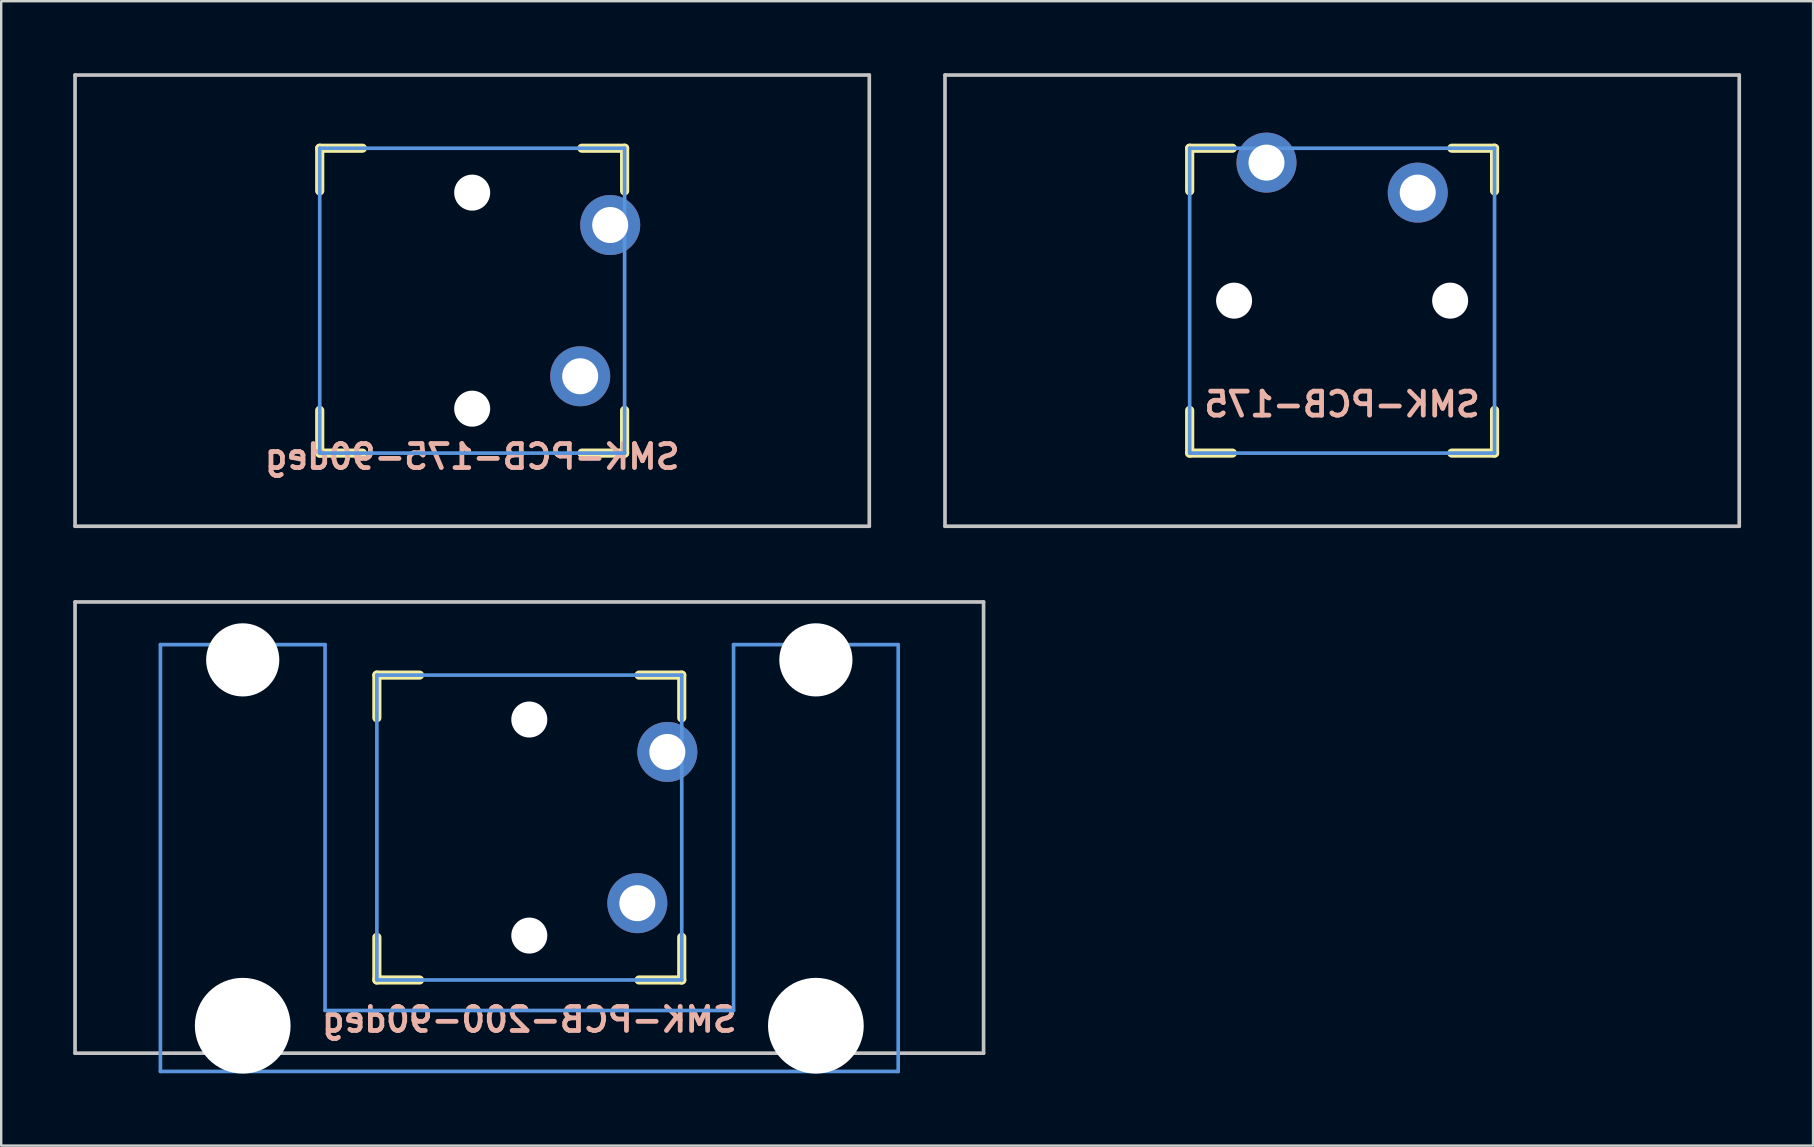
<source format=kicad_pcb>
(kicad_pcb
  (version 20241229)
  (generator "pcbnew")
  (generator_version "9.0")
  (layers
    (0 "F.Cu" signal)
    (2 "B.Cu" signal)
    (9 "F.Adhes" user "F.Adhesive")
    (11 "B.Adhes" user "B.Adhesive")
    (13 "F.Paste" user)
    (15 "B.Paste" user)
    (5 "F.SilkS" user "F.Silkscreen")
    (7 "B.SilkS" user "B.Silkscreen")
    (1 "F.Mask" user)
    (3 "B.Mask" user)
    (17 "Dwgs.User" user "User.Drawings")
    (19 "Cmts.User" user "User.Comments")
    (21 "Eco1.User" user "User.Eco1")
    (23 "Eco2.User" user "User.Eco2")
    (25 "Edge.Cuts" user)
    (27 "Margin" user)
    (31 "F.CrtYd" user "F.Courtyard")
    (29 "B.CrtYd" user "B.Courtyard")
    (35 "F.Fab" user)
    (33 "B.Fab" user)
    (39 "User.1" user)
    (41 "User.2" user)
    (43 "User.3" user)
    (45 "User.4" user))
  (footprint "SMK-PCB-175"
    (layer "F.Cu")
    (at 52.858 9.474)
    (property "Reference" "SMK-PCB-175" (at 0 4.318 0) (layer "B.SilkS") (effects (font (size 1 1) (thickness 0.2)) (justify mirror)))
    (attr through_hole)
    (fp_line (start -6.35 -6.35) (end -4.572 -6.35) (stroke (width 0.381) (type solid)) (layer "F.SilkS"))
    (fp_line (start -6.35 -4.572) (end -6.35 -6.35) (stroke (width 0.381) (type solid)) (layer "F.SilkS"))
    (fp_line (start -6.35 6.35) (end -6.35 4.572) (stroke (width 0.381) (type solid)) (layer "F.SilkS"))
    (fp_line (start -4.572 6.35) (end -6.35 6.35) (stroke (width 0.381) (type solid)) (layer "F.SilkS"))
    (fp_line (start 4.572 -6.35) (end 6.35 -6.35) (stroke (width 0.381) (type solid)) (layer "F.SilkS"))
    (fp_line (start 6.35 -6.35) (end 6.35 -4.572) (stroke (width 0.381) (type solid)) (layer "F.SilkS"))
    (fp_line (start 6.35 4.572) (end 6.35 6.35) (stroke (width 0.381) (type solid)) (layer "F.SilkS"))
    (fp_line (start 6.35 6.35) (end 4.572 6.35) (stroke (width 0.381) (type solid)) (layer "F.SilkS"))
    (fp_line (start -16.543 -9.398) (end 16.543 -9.398) (stroke (width 0.152) (type solid)) (layer "Dwgs.User"))
    (fp_line (start -16.543 9.398) (end -16.543 -9.398) (stroke (width 0.152) (type solid)) (layer "Dwgs.User"))
    (fp_line (start 16.543 -9.398) (end 16.543 9.398) (stroke (width 0.152) (type solid)) (layer "Dwgs.User"))
    (fp_line (start 16.543 9.398) (end -16.543 9.398) (stroke (width 0.152) (type solid)) (layer "Dwgs.User"))
    (fp_line (start -6.35 -6.35) (end 6.35 -6.35) (stroke (width 0.152) (type solid)) (layer "Cmts.User"))
    (fp_line (start -6.35 6.35) (end -6.35 -6.35) (stroke (width 0.152) (type solid)) (layer "Cmts.User"))
    (fp_line (start 6.35 -6.35) (end 6.35 6.35) (stroke (width 0.152) (type solid)) (layer "Cmts.User"))
    (fp_line (start 6.35 6.35) (end -6.35 6.35) (stroke (width 0.152) (type solid)) (layer "Cmts.User"))
    (fp_line (start -7.75 -6.4) (end -6.985 -6.4) (stroke (width 0.152) (type solid)) (layer "Eco2.User"))
    (fp_line (start -7.75 6.4) (end -7.75 -6.4) (stroke (width 0.152) (type solid)) (layer "Eco2.User"))
    (fp_line (start -7.75 6.4) (end -6.985 6.4) (stroke (width 0.152) (type solid)) (layer "Eco2.User"))
    (fp_line (start -6.985 -6.985) (end 6.985 -6.985) (stroke (width 0.152) (type solid)) (layer "Eco2.User"))
    (fp_line (start -6.985 -6.4) (end -6.985 -6.985) (stroke (width 0.152) (type solid)) (layer "Eco2.User"))
    (fp_line (start -6.985 6.4) (end -6.985 6.985) (stroke (width 0.152) (type solid)) (layer "Eco2.User"))
    (fp_line (start 6.985 -6.4) (end 6.985 -6.985) (stroke (width 0.152) (type solid)) (layer "Eco2.User"))
    (fp_line (start 6.985 6.4) (end 7.75 6.4) (stroke (width 0.152) (type solid)) (layer "Eco2.User"))
    (fp_line (start 6.985 6.985) (end -6.985 6.985) (stroke (width 0.152) (type solid)) (layer "Eco2.User"))
    (fp_line (start 6.985 6.985) (end 6.985 6.4) (stroke (width 0.152) (type solid)) (layer "Eco2.User"))
    (fp_line (start 7.75 -6.4) (end 6.985 -6.4) (stroke (width 0.152) (type solid)) (layer "Eco2.User"))
    (fp_line (start 7.75 6.4) (end 7.75 -6.4) (stroke (width 0.152) (type solid)) (layer "Eco2.User"))
    (pad "" np_thru_hole circle (at -4.5 0) (size 1.5 1.5) (drill 1.5) (layers "*.Cu" "*.Mask"))
    (pad "" np_thru_hole circle (at 4.5 0) (size 1.5 1.5) (drill 1.5) (layers "*.Cu" "*.Mask"))
    (pad "1" thru_hole circle (at -3.15 -5.75) (size 2.5 2.5) (drill 1.5) (layers "*.Cu" "*.Mask"))
    (pad "2" thru_hole circle (at 3.15 -4.5) (size 2.5 2.5) (drill 1.5) (layers "*.Cu" "*.Mask")))
  (footprint "SMK-PCB-200-90deg"
    (layer "F.Cu")
    (at 18.999 31.423)
    (property "Reference" "SMK-PCB-200-90deg" (at 0 8 0) (layer "B.SilkS") (effects (font (size 1 1) (thickness 0.2)) (justify mirror)))
    (attr through_hole)
    (fp_line (start -6.35 -6.35) (end -4.572 -6.35) (stroke (width 0.381) (type solid)) (layer "F.SilkS"))
    (fp_line (start -6.35 -4.572) (end -6.35 -6.35) (stroke (width 0.381) (type solid)) (layer "F.SilkS"))
    (fp_line (start -6.35 6.35) (end -6.35 4.572) (stroke (width 0.381) (type solid)) (layer "F.SilkS"))
    (fp_line (start -4.572 6.35) (end -6.35 6.35) (stroke (width 0.381) (type solid)) (layer "F.SilkS"))
    (fp_line (start 4.572 -6.35) (end 6.35 -6.35) (stroke (width 0.381) (type solid)) (layer "F.SilkS"))
    (fp_line (start 6.35 -6.35) (end 6.35 -4.572) (stroke (width 0.381) (type solid)) (layer "F.SilkS"))
    (fp_line (start 6.35 4.572) (end 6.35 6.35) (stroke (width 0.381) (type solid)) (layer "F.SilkS"))
    (fp_line (start 6.35 6.35) (end 4.572 6.35) (stroke (width 0.381) (type solid)) (layer "F.SilkS"))
    (fp_line (start -18.923 -9.398) (end 18.923 -9.398) (stroke (width 0.152) (type solid)) (layer "Dwgs.User"))
    (fp_line (start -18.923 9.398) (end -18.923 -9.398) (stroke (width 0.152) (type solid)) (layer "Dwgs.User"))
    (fp_line (start 18.923 -9.398) (end 18.923 9.398) (stroke (width 0.152) (type solid)) (layer "Dwgs.User"))
    (fp_line (start 18.923 9.398) (end -18.923 9.398) (stroke (width 0.152) (type solid)) (layer "Dwgs.User"))
    (fp_line (start -15.367 -7.62) (end -15.367 10.16) (stroke (width 0.152) (type solid)) (layer "Cmts.User"))
    (fp_line (start -15.367 10.16) (end 15.367 10.16) (stroke (width 0.152) (type solid)) (layer "Cmts.User"))
    (fp_line (start -8.509 -7.62) (end -15.367 -7.62) (stroke (width 0.152) (type solid)) (layer "Cmts.User"))
    (fp_line (start -8.509 7.62) (end -8.509 -7.62) (stroke (width 0.152) (type solid)) (layer "Cmts.User"))
    (fp_line (start -6.35 -6.35) (end 6.35 -6.35) (stroke (width 0.152) (type solid)) (layer "Cmts.User"))
    (fp_line (start -6.35 6.35) (end -6.35 -6.35) (stroke (width 0.152) (type solid)) (layer "Cmts.User"))
    (fp_line (start 6.35 -6.35) (end 6.35 6.35) (stroke (width 0.152) (type solid)) (layer "Cmts.User"))
    (fp_line (start 6.35 6.35) (end -6.35 6.35) (stroke (width 0.152) (type solid)) (layer "Cmts.User"))
    (fp_line (start 8.509 -7.62) (end 8.509 7.62) (stroke (width 0.152) (type solid)) (layer "Cmts.User"))
    (fp_line (start 8.509 7.62) (end -8.509 7.62) (stroke (width 0.152) (type solid)) (layer "Cmts.User"))
    (fp_line (start 15.367 -7.62) (end 8.509 -7.62) (stroke (width 0.152) (type solid)) (layer "Cmts.User"))
    (fp_line (start 15.367 10.16) (end 15.367 -7.62) (stroke (width 0.152) (type solid)) (layer "Cmts.User"))
    (fp_line (start -16.129 -2.286) (end -15.265 -2.286) (stroke (width 0.152) (type solid)) (layer "Eco2.User"))
    (fp_line (start -16.129 0.508) (end -16.129 -2.286) (stroke (width 0.152) (type solid)) (layer "Eco2.User"))
    (fp_line (start -15.265 -5.69) (end -8.611 -5.69) (stroke (width 0.152) (type solid)) (layer "Eco2.User"))
    (fp_line (start -15.265 -2.286) (end -15.265 -5.69) (stroke (width 0.152) (type solid)) (layer "Eco2.User"))
    (fp_line (start -15.265 0.508) (end -16.129 0.508) (stroke (width 0.152) (type solid)) (layer "Eco2.User"))
    (fp_line (start -15.265 6.604) (end -15.265 0.508) (stroke (width 0.152) (type solid)) (layer "Eco2.User"))
    (fp_line (start -14.224 6.604) (end -15.265 6.604) (stroke (width 0.152) (type solid)) (layer "Eco2.User"))
    (fp_line (start -14.224 7.772) (end -14.224 6.604) (stroke (width 0.152) (type solid)) (layer "Eco2.User"))
    (fp_line (start -9.652 6.604) (end -9.652 7.772) (stroke (width 0.152) (type solid)) (layer "Eco2.User"))
    (fp_line (start -9.652 7.772) (end -14.224 7.772) (stroke (width 0.152) (type solid)) (layer "Eco2.User"))
    (fp_line (start -8.611 -5.69) (end -8.611 -4.877) (stroke (width 0.152) (type solid)) (layer "Eco2.User"))
    (fp_line (start -8.611 5.817) (end -8.611 6.604) (stroke (width 0.152) (type solid)) (layer "Eco2.User"))
    (fp_line (start -8.611 6.604) (end -9.652 6.604) (stroke (width 0.152) (type solid)) (layer "Eco2.User"))
    (fp_line (start -7.75 -6.4) (end -6.985 -6.4) (stroke (width 0.152) (type solid)) (layer "Eco2.User"))
    (fp_line (start -7.75 6.4) (end -6.985 6.4) (stroke (width 0.152) (type solid)) (layer "Eco2.User"))
    (fp_line (start -6.985 6.985) (end -6.985 -6.985) (stroke (width 0.152) (type solid)) (layer "Eco2.User"))
    (fp_line (start -6.985 6.985) (end -6.985 -6.985) (stroke (width 0.152) (type solid)) (layer "Eco2.User"))
    (fp_line (start -6.985 6.985) (end -6.4 6.985) (stroke (width 0.152) (type solid)) (layer "Eco2.User"))
    (fp_line (start -6.4 -6.985) (end -6.985 -6.985) (stroke (width 0.152) (type solid)) (layer "Eco2.User"))
    (fp_line (start 6.4 -6.985) (end 6.985 -6.985) (stroke (width 0.152) (type solid)) (layer "Eco2.User"))
    (fp_line (start 6.4 6.985) (end 6.985 6.985) (stroke (width 0.152) (type solid)) (layer "Eco2.User"))
    (fp_line (start 6.985 -6.985) (end 6.985 6.985) (stroke (width 0.152) (type solid)) (layer "Eco2.User"))
    (fp_line (start 6.985 -6.985) (end 6.985 6.985) (stroke (width 0.152) (type solid)) (layer "Eco2.User"))
    (fp_line (start 6.985 6.4) (end 7.75 6.4) (stroke (width 0.152) (type solid)) (layer "Eco2.User"))
    (fp_line (start 7.75 -6.4) (end 6.985 -6.4) (stroke (width 0.152) (type solid)) (layer "Eco2.User"))
    (fp_line (start 8.611 -5.69) (end 15.265 -5.69) (stroke (width 0.152) (type solid)) (layer "Eco2.User"))
    (fp_line (start 8.611 -4.877) (end 8.611 -5.69) (stroke (width 0.152) (type solid)) (layer "Eco2.User"))
    (fp_line (start 8.611 6.604) (end 8.611 5.817) (stroke (width 0.152) (type solid)) (layer "Eco2.User"))
    (fp_line (start 9.652 6.604) (end 8.611 6.604) (stroke (width 0.152) (type solid)) (layer "Eco2.User"))
    (fp_line (start 9.652 7.772) (end 9.652 6.604) (stroke (width 0.152) (type solid)) (layer "Eco2.User"))
    (fp_line (start 14.224 6.604) (end 14.224 7.772) (stroke (width 0.152) (type solid)) (layer "Eco2.User"))
    (fp_line (start 14.224 7.772) (end 9.652 7.772) (stroke (width 0.152) (type solid)) (layer "Eco2.User"))
    (fp_line (start 15.265 -5.69) (end 15.265 -2.286) (stroke (width 0.152) (type solid)) (layer "Eco2.User"))
    (fp_line (start 15.265 -2.286) (end 16.129 -2.286) (stroke (width 0.152) (type solid)) (layer "Eco2.User"))
    (fp_line (start 15.265 0.508) (end 15.265 6.604) (stroke (width 0.152) (type solid)) (layer "Eco2.User"))
    (fp_line (start 15.265 6.604) (end 14.224 6.604) (stroke (width 0.152) (type solid)) (layer "Eco2.User"))
    (fp_line (start 16.129 -2.286) (end 16.129 0.508) (stroke (width 0.152) (type solid)) (layer "Eco2.User"))
    (fp_line (start 16.129 0.508) (end 15.265 0.508) (stroke (width 0.152) (type solid)) (layer "Eco2.User"))
    (pad "" np_thru_hole circle (at -11.938 -6.985) (size 3.048 3.048) (drill 3.048) (layers "*.Cu"))
    (pad "" np_thru_hole circle (at -11.938 8.255) (size 3.988 3.988) (drill 3.988) (layers "*.Cu"))
    (pad "" np_thru_hole circle (at 0 -4.5 270) (size 1.5 1.5) (drill 1.5) (layers "*.Cu" "*.Mask"))
    (pad "" np_thru_hole circle (at 0 4.5 270) (size 1.5 1.5) (drill 1.5) (layers "*.Cu" "*.Mask"))
    (pad "" np_thru_hole circle (at 11.938 -6.985) (size 3.048 3.048) (drill 3.048) (layers "*.Cu"))
    (pad "" np_thru_hole circle (at 11.938 8.255) (size 3.988 3.988) (drill 3.988) (layers "*.Cu"))
    (pad "1" thru_hole circle (at 5.75 -3.15 270) (size 2.5 2.5) (drill 1.5) (layers "*.Cu" "*.Mask"))
    (pad "2" thru_hole circle (at 4.5 3.15 270) (size 2.5 2.5) (drill 1.5) (layers "*.Cu" "*.Mask")))
  (footprint "SMK-PCB-175-90deg"
    (layer "F.Cu")
    (at 16.619 9.474)
    (property "Reference" "SMK-PCB-175-90deg" (at 0 6.5 0) (layer "B.SilkS") (effects (font (size 1 1) (thickness 0.2)) (justify mirror)))
    (attr through_hole)
    (fp_line (start -6.35 -6.35) (end -4.572 -6.35) (stroke (width 0.381) (type solid)) (layer "F.SilkS"))
    (fp_line (start -6.35 -4.572) (end -6.35 -6.35) (stroke (width 0.381) (type solid)) (layer "F.SilkS"))
    (fp_line (start -6.35 6.35) (end -6.35 4.572) (stroke (width 0.381) (type solid)) (layer "F.SilkS"))
    (fp_line (start -4.572 6.35) (end -6.35 6.35) (stroke (width 0.381) (type solid)) (layer "F.SilkS"))
    (fp_line (start 4.572 -6.35) (end 6.35 -6.35) (stroke (width 0.381) (type solid)) (layer "F.SilkS"))
    (fp_line (start 6.35 -6.35) (end 6.35 -4.572) (stroke (width 0.381) (type solid)) (layer "F.SilkS"))
    (fp_line (start 6.35 4.572) (end 6.35 6.35) (stroke (width 0.381) (type solid)) (layer "F.SilkS"))
    (fp_line (start 6.35 6.35) (end 4.572 6.35) (stroke (width 0.381) (type solid)) (layer "F.SilkS"))
    (fp_line (start -16.543 -9.398) (end 16.543 -9.398) (stroke (width 0.152) (type solid)) (layer "Dwgs.User"))
    (fp_line (start -16.543 9.398) (end -16.543 -9.398) (stroke (width 0.152) (type solid)) (layer "Dwgs.User"))
    (fp_line (start 16.543 -9.398) (end 16.543 9.398) (stroke (width 0.152) (type solid)) (layer "Dwgs.User"))
    (fp_line (start 16.543 9.398) (end -16.543 9.398) (stroke (width 0.152) (type solid)) (layer "Dwgs.User"))
    (fp_line (start -6.35 -6.35) (end 6.35 -6.35) (stroke (width 0.152) (type solid)) (layer "Cmts.User"))
    (fp_line (start -6.35 6.35) (end -6.35 -6.35) (stroke (width 0.152) (type solid)) (layer "Cmts.User"))
    (fp_line (start 6.35 -6.35) (end 6.35 6.35) (stroke (width 0.152) (type solid)) (layer "Cmts.User"))
    (fp_line (start 6.35 6.35) (end -6.35 6.35) (stroke (width 0.152) (type solid)) (layer "Cmts.User"))
    (fp_line (start -6.985 6.985) (end -6.985 -6.985) (stroke (width 0.152) (type solid)) (layer "Eco2.User"))
    (fp_line (start -6.985 6.985) (end -6.4 6.985) (stroke (width 0.152) (type solid)) (layer "Eco2.User"))
    (fp_line (start -6.4 -7.75) (end -6.4 -6.985) (stroke (width 0.152) (type solid)) (layer "Eco2.User"))
    (fp_line (start -6.4 -7.75) (end 6.4 -7.75) (stroke (width 0.152) (type solid)) (layer "Eco2.User"))
    (fp_line (start -6.4 -6.985) (end -6.985 -6.985) (stroke (width 0.152) (type solid)) (layer "Eco2.User"))
    (fp_line (start -6.4 6.985) (end -6.4 7.75) (stroke (width 0.152) (type solid)) (layer "Eco2.User"))
    (fp_line (start -6.4 7.75) (end 6.4 7.75) (stroke (width 0.152) (type solid)) (layer "Eco2.User"))
    (fp_line (start 6.4 -7.75) (end 6.4 -6.985) (stroke (width 0.152) (type solid)) (layer "Eco2.User"))
    (fp_line (start 6.4 -6.985) (end 6.985 -6.985) (stroke (width 0.152) (type solid)) (layer "Eco2.User"))
    (fp_line (start 6.4 6.985) (end 6.985 6.985) (stroke (width 0.152) (type solid)) (layer "Eco2.User"))
    (fp_line (start 6.4 7.75) (end 6.4 6.985) (stroke (width 0.152) (type solid)) (layer "Eco2.User"))
    (fp_line (start 6.985 -6.985) (end 6.985 6.985) (stroke (width 0.152) (type solid)) (layer "Eco2.User"))
    (pad "" np_thru_hole circle (at 0 -4.5 270) (size 1.5 1.5) (drill 1.5) (layers "*.Cu" "*.Mask"))
    (pad "" np_thru_hole circle (at 0 4.5 270) (size 1.5 1.5) (drill 1.5) (layers "*.Cu" "*.Mask"))
    (pad "1" thru_hole circle (at 5.75 -3.15 270) (size 2.5 2.5) (drill 1.5) (layers "*.Cu" "*.Mask"))
    (pad "2" thru_hole circle (at 4.5 3.15 270) (size 2.5 2.5) (drill 1.5) (layers "*.Cu" "*.Mask")))
  (gr_rect
    (start -3 -3)
    (end 72.477 44.672)
    (stroke (width 0.1) (type default))
    (fill no)
    (layer "Edge.Cuts")))
</source>
